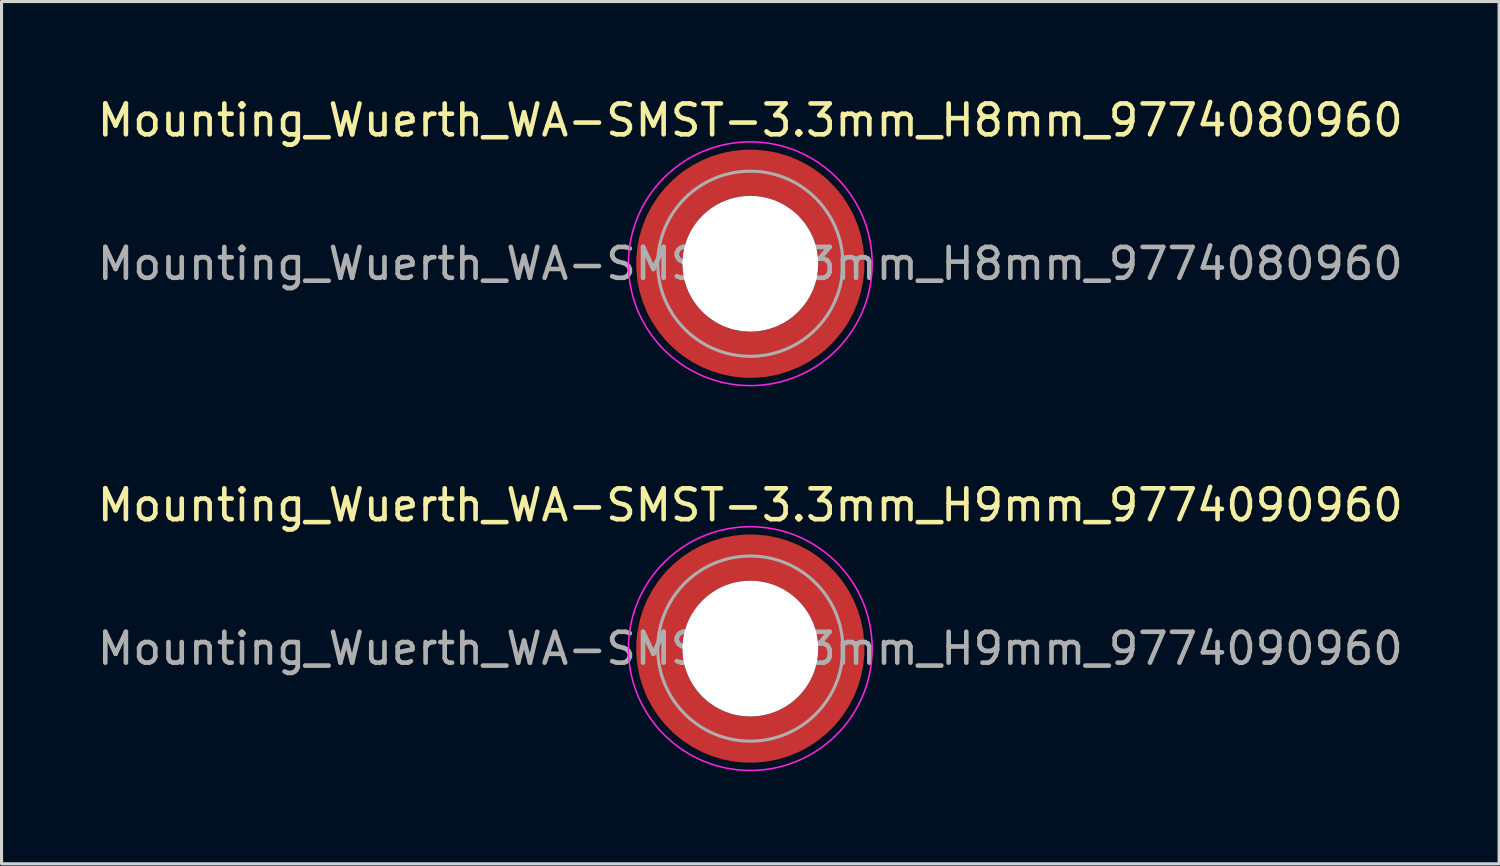
<source format=kicad_pcb>
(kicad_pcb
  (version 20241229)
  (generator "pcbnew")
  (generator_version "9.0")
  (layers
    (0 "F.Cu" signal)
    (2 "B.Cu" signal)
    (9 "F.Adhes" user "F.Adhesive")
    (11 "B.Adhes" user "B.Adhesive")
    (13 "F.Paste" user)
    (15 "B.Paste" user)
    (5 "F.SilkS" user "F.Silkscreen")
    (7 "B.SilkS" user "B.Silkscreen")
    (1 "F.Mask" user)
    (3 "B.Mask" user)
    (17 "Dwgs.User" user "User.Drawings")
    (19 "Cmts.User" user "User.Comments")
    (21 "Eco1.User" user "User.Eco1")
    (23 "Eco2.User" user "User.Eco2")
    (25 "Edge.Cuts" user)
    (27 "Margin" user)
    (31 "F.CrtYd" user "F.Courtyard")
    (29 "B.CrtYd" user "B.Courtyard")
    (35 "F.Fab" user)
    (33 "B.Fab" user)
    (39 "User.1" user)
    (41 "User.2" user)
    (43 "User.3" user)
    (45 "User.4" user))
  (footprint "Mounting_Wuerth_WA-SMST-3.3mm_H9mm_9774090960"
    (layer "F.Cu")
    (at 21.268 17.971)
    (property "Reference" "Mounting_Wuerth_WA-SMST-3.3mm_H9mm_9774090960" (at 0 -4.65 0) (layer "F.SilkS") (effects (font (size 1 1) (thickness 0.15))))
    (attr smd)
    (fp_circle (center 0 0) (end 3.95 0) (stroke (width 0.05) (type solid)) (fill no) (layer "F.CrtYd"))
    (fp_circle (center 0 0) (end 3 0) (stroke (width 0.1) (type solid)) (fill no) (layer "F.Fab"))
    (fp_text user "${REFERENCE}" (at 0 0 0) (layer "F.Fab") (effects (font (size 1 1) (thickness 0.15))))
    (pad "" smd custom (at -2.058 -2.058) (size 0.7 0.7) (layers "F.Paste") (options (anchor circle)) (primitives (gr_arc (start -0.377294 1.707681) (mid 0.317579 0.318817) (end 1.705947 -0.377044) (width 0.2)) (gr_arc (start -0.478281 1.707681) (mid 0.246161 0.248814) (end 1.703965 -0.477765) (width 0.2)) (gr_arc (start -0.579192 1.707681) (mid 0.175492 0.178063) (end 1.704077 -0.578711) (width 0.2)) (gr_arc (start -0.680037 1.707681) (mid 0.105568 0.106564) (end 1.706284 -0.679858) (width 0.2)) (gr_arc (start -0.780822 1.707681) (mid 0.034627 0.036085) (end 1.705634 -0.780569) (width 0.2)) (gr_arc (start -0.881554 1.707681) (mid -0.035694 -0.035016) (end 1.706729 -0.881441) (width 0.2)) (gr_arc (start -0.982237 1.707681) (mid -0.107281 -0.10485) (end 1.704266 -0.981842) (width 0.2)) (gr_arc (start -1.082877 1.707681) (mid -0.178372 -0.175181) (end 1.703197 -1.082374) (width 0.2)) (gr_arc (start -1.183476 1.707681) (mid -0.248964 -0.246008) (end 1.703525 -1.183025) (width 0.2)) (gr_arc (start -1.28404 1.707681) (mid -0.319062 -0.317333) (end 1.70525 -1.283784) (width 0.2)) (gr_line (start 1.708 -0.377) (end 1.708 -1.284) (width 0.2)) (gr_line (start -0.377 1.708) (end -1.284 1.708) (width 0.2))))
    (pad "" smd custom (at -2.058 2.058) (size 0.7 0.7) (layers "F.Paste") (options (anchor circle)) (primitives (gr_arc (start 1.707681 0.377294) (mid 0.318817 -0.317579) (end -0.377044 -1.705947) (width 0.2)) (gr_arc (start 1.707681 0.478281) (mid 0.248814 -0.246161) (end -0.477765 -1.703965) (width 0.2)) (gr_arc (start 1.707681 0.579192) (mid 0.178063 -0.175492) (end -0.578711 -1.704077) (width 0.2)) (gr_arc (start 1.707681 0.680037) (mid 0.106564 -0.105568) (end -0.679858 -1.706284) (width 0.2)) (gr_arc (start 1.707681 0.780822) (mid 0.036085 -0.034627) (end -0.780569 -1.705634) (width 0.2)) (gr_arc (start 1.707681 0.881554) (mid -0.035016 0.035694) (end -0.881441 -1.706729) (width 0.2)) (gr_arc (start 1.707681 0.982237) (mid -0.10485 0.107281) (end -0.981842 -1.704266) (width 0.2)) (gr_arc (start 1.707681 1.082877) (mid -0.175181 0.178372) (end -1.082374 -1.703197) (width 0.2)) (gr_arc (start 1.707681 1.183476) (mid -0.246008 0.248964) (end -1.183025 -1.703525) (width 0.2)) (gr_arc (start 1.707681 1.28404) (mid -0.317333 0.319062) (end -1.283784 -1.70525) (width 0.2)) (gr_line (start -0.377 -1.708) (end -1.284 -1.708) (width 0.2)) (gr_line (start 1.708 0.377) (end 1.708 1.284) (width 0.2))))
    (pad "" np_thru_hole circle (at 0 0) (size 4.4 4.4) (drill 4.4) (layers "*.Cu" "*.Mask"))
    (pad "" smd custom (at 2.058 -2.058) (size 0.7 0.7) (layers "F.Paste") (options (anchor circle)) (primitives (gr_arc (start -1.707681 -0.377294) (mid -0.318817 0.317579) (end 0.377044 1.705947) (width 0.2)) (gr_arc (start -1.707681 -0.478281) (mid -0.248814 0.246161) (end 0.477765 1.703965) (width 0.2)) (gr_arc (start -1.707681 -0.579192) (mid -0.178063 0.175492) (end 0.578711 1.704077) (width 0.2)) (gr_arc (start -1.707681 -0.680037) (mid -0.106564 0.105568) (end 0.679858 1.706284) (width 0.2)) (gr_arc (start -1.707681 -0.780822) (mid -0.036085 0.034627) (end 0.780569 1.705634) (width 0.2)) (gr_arc (start -1.707681 -0.881554) (mid 0.035016 -0.035694) (end 0.881441 1.706729) (width 0.2)) (gr_arc (start -1.707681 -0.982237) (mid 0.10485 -0.107281) (end 0.981842 1.704266) (width 0.2)) (gr_arc (start -1.707681 -1.082877) (mid 0.175181 -0.178372) (end 1.082374 1.703197) (width 0.2)) (gr_arc (start -1.707681 -1.183476) (mid 0.246008 -0.248964) (end 1.183025 1.703525) (width 0.2)) (gr_arc (start -1.707681 -1.28404) (mid 0.317333 -0.319062) (end 1.283784 1.70525) (width 0.2)) (gr_line (start 0.377 1.708) (end 1.284 1.708) (width 0.2)) (gr_line (start -1.708 -0.377) (end -1.708 -1.284) (width 0.2))))
    (pad "" smd custom (at 2.058 2.058) (size 0.7 0.7) (layers "F.Paste") (options (anchor circle)) (primitives (gr_arc (start 0.377294 -1.707681) (mid -0.317579 -0.318817) (end -1.705947 0.377044) (width 0.2)) (gr_arc (start 0.478281 -1.707681) (mid -0.246161 -0.248814) (end -1.703965 0.477765) (width 0.2)) (gr_arc (start 0.579192 -1.707681) (mid -0.175492 -0.178063) (end -1.704077 0.578711) (width 0.2)) (gr_arc (start 0.680037 -1.707681) (mid -0.105568 -0.106564) (end -1.706284 0.679858) (width 0.2)) (gr_arc (start 0.780822 -1.707681) (mid -0.034627 -0.036085) (end -1.705634 0.780569) (width 0.2)) (gr_arc (start 0.881554 -1.707681) (mid 0.035694 0.035016) (end -1.706729 0.881441) (width 0.2)) (gr_arc (start 0.982237 -1.707681) (mid 0.107281 0.10485) (end -1.704266 0.981842) (width 0.2)) (gr_arc (start 1.082877 -1.707681) (mid 0.178372 0.175181) (end -1.703197 1.082374) (width 0.2)) (gr_arc (start 1.183476 -1.707681) (mid 0.248964 0.246008) (end -1.703525 1.183025) (width 0.2)) (gr_arc (start 1.28404 -1.707681) (mid 0.319062 0.317333) (end -1.70525 1.283784) (width 0.2)) (gr_line (start -1.708 0.377) (end -1.708 1.284) (width 0.2)) (gr_line (start 0.377 -1.708) (end 1.284 -1.708) (width 0.2))))
    (pad "1" smd circle (at -2.95 0) (size 1.1 1.1) (layers "F.Cu"))
    (pad "1" smd circle (at 0 -2.95) (size 1.1 1.1) (layers "F.Cu"))
    (pad "1" smd circle (at 0 2.95) (size 1.1 1.1) (layers "F.Cu"))
    (pad "1" smd custom (at 2.95 0) (size 1.1 1.1) (layers "F.Cu" "F.Mask") (options (anchor circle)) (primitives (gr_circle (center -2.95 0) (end 0 0) (width 1.5) (fill no)))))
  (footprint "Mounting_Wuerth_WA-SMST-3.3mm_H8mm_9774080960"
    (layer "F.Cu")
    (at 21.268 5.498)
    (property "Reference" "Mounting_Wuerth_WA-SMST-3.3mm_H8mm_9774080960" (at 0 -4.65 0) (layer "F.SilkS") (effects (font (size 1 1) (thickness 0.15))))
    (attr smd)
    (fp_circle (center 0 0) (end 3.95 0) (stroke (width 0.05) (type solid)) (fill no) (layer "F.CrtYd"))
    (fp_circle (center 0 0) (end 3 0) (stroke (width 0.1) (type solid)) (fill no) (layer "F.Fab"))
    (fp_text user "${REFERENCE}" (at 0 0 0) (layer "F.Fab") (effects (font (size 1 1) (thickness 0.15))))
    (pad "" smd custom (at -2.058 -2.058) (size 0.7 0.7) (layers "F.Paste") (options (anchor circle)) (primitives (gr_arc (start -0.377294 1.707681) (mid 0.317579 0.318817) (end 1.705947 -0.377044) (width 0.2)) (gr_arc (start -0.478281 1.707681) (mid 0.246161 0.248814) (end 1.703965 -0.477765) (width 0.2)) (gr_arc (start -0.579192 1.707681) (mid 0.175492 0.178063) (end 1.704077 -0.578711) (width 0.2)) (gr_arc (start -0.680037 1.707681) (mid 0.105568 0.106564) (end 1.706284 -0.679858) (width 0.2)) (gr_arc (start -0.780822 1.707681) (mid 0.034627 0.036085) (end 1.705634 -0.780569) (width 0.2)) (gr_arc (start -0.881554 1.707681) (mid -0.035694 -0.035016) (end 1.706729 -0.881441) (width 0.2)) (gr_arc (start -0.982237 1.707681) (mid -0.107281 -0.10485) (end 1.704266 -0.981842) (width 0.2)) (gr_arc (start -1.082877 1.707681) (mid -0.178372 -0.175181) (end 1.703197 -1.082374) (width 0.2)) (gr_arc (start -1.183476 1.707681) (mid -0.248964 -0.246008) (end 1.703525 -1.183025) (width 0.2)) (gr_arc (start -1.28404 1.707681) (mid -0.319062 -0.317333) (end 1.70525 -1.283784) (width 0.2)) (gr_line (start 1.708 -0.377) (end 1.708 -1.284) (width 0.2)) (gr_line (start -0.377 1.708) (end -1.284 1.708) (width 0.2))))
    (pad "" smd custom (at -2.058 2.058) (size 0.7 0.7) (layers "F.Paste") (options (anchor circle)) (primitives (gr_arc (start 1.707681 0.377294) (mid 0.318817 -0.317579) (end -0.377044 -1.705947) (width 0.2)) (gr_arc (start 1.707681 0.478281) (mid 0.248814 -0.246161) (end -0.477765 -1.703965) (width 0.2)) (gr_arc (start 1.707681 0.579192) (mid 0.178063 -0.175492) (end -0.578711 -1.704077) (width 0.2)) (gr_arc (start 1.707681 0.680037) (mid 0.106564 -0.105568) (end -0.679858 -1.706284) (width 0.2)) (gr_arc (start 1.707681 0.780822) (mid 0.036085 -0.034627) (end -0.780569 -1.705634) (width 0.2)) (gr_arc (start 1.707681 0.881554) (mid -0.035016 0.035694) (end -0.881441 -1.706729) (width 0.2)) (gr_arc (start 1.707681 0.982237) (mid -0.10485 0.107281) (end -0.981842 -1.704266) (width 0.2)) (gr_arc (start 1.707681 1.082877) (mid -0.175181 0.178372) (end -1.082374 -1.703197) (width 0.2)) (gr_arc (start 1.707681 1.183476) (mid -0.246008 0.248964) (end -1.183025 -1.703525) (width 0.2)) (gr_arc (start 1.707681 1.28404) (mid -0.317333 0.319062) (end -1.283784 -1.70525) (width 0.2)) (gr_line (start -0.377 -1.708) (end -1.284 -1.708) (width 0.2)) (gr_line (start 1.708 0.377) (end 1.708 1.284) (width 0.2))))
    (pad "" np_thru_hole circle (at 0 0) (size 4.4 4.4) (drill 4.4) (layers "*.Cu" "*.Mask"))
    (pad "" smd custom (at 2.058 -2.058) (size 0.7 0.7) (layers "F.Paste") (options (anchor circle)) (primitives (gr_arc (start -1.707681 -0.377294) (mid -0.318817 0.317579) (end 0.377044 1.705947) (width 0.2)) (gr_arc (start -1.707681 -0.478281) (mid -0.248814 0.246161) (end 0.477765 1.703965) (width 0.2)) (gr_arc (start -1.707681 -0.579192) (mid -0.178063 0.175492) (end 0.578711 1.704077) (width 0.2)) (gr_arc (start -1.707681 -0.680037) (mid -0.106564 0.105568) (end 0.679858 1.706284) (width 0.2)) (gr_arc (start -1.707681 -0.780822) (mid -0.036085 0.034627) (end 0.780569 1.705634) (width 0.2)) (gr_arc (start -1.707681 -0.881554) (mid 0.035016 -0.035694) (end 0.881441 1.706729) (width 0.2)) (gr_arc (start -1.707681 -0.982237) (mid 0.10485 -0.107281) (end 0.981842 1.704266) (width 0.2)) (gr_arc (start -1.707681 -1.082877) (mid 0.175181 -0.178372) (end 1.082374 1.703197) (width 0.2)) (gr_arc (start -1.707681 -1.183476) (mid 0.246008 -0.248964) (end 1.183025 1.703525) (width 0.2)) (gr_arc (start -1.707681 -1.28404) (mid 0.317333 -0.319062) (end 1.283784 1.70525) (width 0.2)) (gr_line (start 0.377 1.708) (end 1.284 1.708) (width 0.2)) (gr_line (start -1.708 -0.377) (end -1.708 -1.284) (width 0.2))))
    (pad "" smd custom (at 2.058 2.058) (size 0.7 0.7) (layers "F.Paste") (options (anchor circle)) (primitives (gr_arc (start 0.377294 -1.707681) (mid -0.317579 -0.318817) (end -1.705947 0.377044) (width 0.2)) (gr_arc (start 0.478281 -1.707681) (mid -0.246161 -0.248814) (end -1.703965 0.477765) (width 0.2)) (gr_arc (start 0.579192 -1.707681) (mid -0.175492 -0.178063) (end -1.704077 0.578711) (width 0.2)) (gr_arc (start 0.680037 -1.707681) (mid -0.105568 -0.106564) (end -1.706284 0.679858) (width 0.2)) (gr_arc (start 0.780822 -1.707681) (mid -0.034627 -0.036085) (end -1.705634 0.780569) (width 0.2)) (gr_arc (start 0.881554 -1.707681) (mid 0.035694 0.035016) (end -1.706729 0.881441) (width 0.2)) (gr_arc (start 0.982237 -1.707681) (mid 0.107281 0.10485) (end -1.704266 0.981842) (width 0.2)) (gr_arc (start 1.082877 -1.707681) (mid 0.178372 0.175181) (end -1.703197 1.082374) (width 0.2)) (gr_arc (start 1.183476 -1.707681) (mid 0.248964 0.246008) (end -1.703525 1.183025) (width 0.2)) (gr_arc (start 1.28404 -1.707681) (mid 0.319062 0.317333) (end -1.70525 1.283784) (width 0.2)) (gr_line (start -1.708 0.377) (end -1.708 1.284) (width 0.2)) (gr_line (start 0.377 -1.708) (end 1.284 -1.708) (width 0.2))))
    (pad "1" smd circle (at -2.95 0) (size 1.1 1.1) (layers "F.Cu"))
    (pad "1" smd circle (at 0 -2.95) (size 1.1 1.1) (layers "F.Cu"))
    (pad "1" smd circle (at 0 2.95) (size 1.1 1.1) (layers "F.Cu"))
    (pad "1" smd custom (at 2.95 0) (size 1.1 1.1) (layers "F.Cu" "F.Mask") (options (anchor circle)) (primitives (gr_circle (center -2.95 0) (end 0 0) (width 1.5) (fill no)))))
  (gr_rect
    (start -3 -3)
    (end 45.536 24.947)
    (stroke (width 0.1) (type default))
    (fill no)
    (layer "Edge.Cuts")))
</source>
